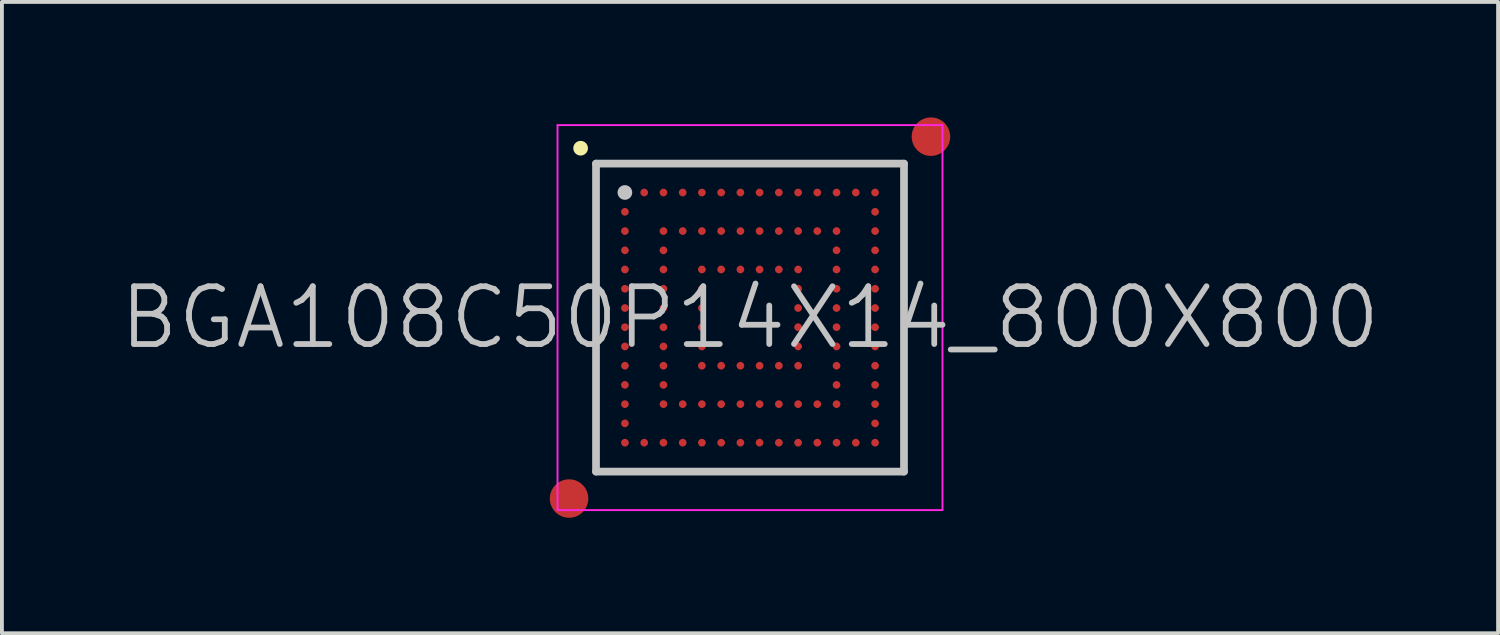
<source format=kicad_pcb>
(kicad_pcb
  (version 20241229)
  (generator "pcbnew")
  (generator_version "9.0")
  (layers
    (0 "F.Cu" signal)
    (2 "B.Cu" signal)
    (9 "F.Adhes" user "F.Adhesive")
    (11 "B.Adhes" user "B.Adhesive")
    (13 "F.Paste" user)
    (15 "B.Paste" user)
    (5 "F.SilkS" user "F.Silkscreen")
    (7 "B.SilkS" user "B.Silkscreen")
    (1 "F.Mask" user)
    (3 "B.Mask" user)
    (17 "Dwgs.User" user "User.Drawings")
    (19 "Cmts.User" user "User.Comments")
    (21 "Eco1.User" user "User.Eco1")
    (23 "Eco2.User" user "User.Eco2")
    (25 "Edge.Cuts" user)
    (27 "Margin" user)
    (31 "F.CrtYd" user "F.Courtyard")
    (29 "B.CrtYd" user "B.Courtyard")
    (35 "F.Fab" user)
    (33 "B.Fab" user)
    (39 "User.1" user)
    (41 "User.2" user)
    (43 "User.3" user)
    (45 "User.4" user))
  (footprint "BGA108C50P14X14_800X800"
    (layer "F.Cu")
    (at 16.432 5.2)
    (property "Reference" "BGA108C50P14X14_800X800" (at 0 0 0) (layer "Dwgs.User") (effects (font (size 1.5 1.5) (thickness 0.15))))
    (attr smd)
    (fp_line (start -4.4 -4.4) (end -4.4 -4.4) (stroke (width 0.381) (type solid)) (layer "F.SilkS"))
    (fp_line (start -4 -4) (end -4 4) (stroke (width 0.2) (type solid)) (layer "Dwgs.User"))
    (fp_line (start -4 -4) (end 4 -4) (stroke (width 0.2) (type solid)) (layer "Dwgs.User"))
    (fp_line (start -4 4) (end 4 4) (stroke (width 0.2) (type solid)) (layer "Dwgs.User"))
    (fp_line (start -3.25 -3.25) (end -3.25 -3.25) (stroke (width 0.381) (type solid)) (layer "Dwgs.User"))
    (fp_line (start 4 -4) (end 4 4) (stroke (width 0.2) (type solid)) (layer "Dwgs.User"))
    (fp_line (start -5 -5) (end -5 5) (stroke (width 0.05) (type solid)) (layer "F.CrtYd"))
    (fp_line (start -5 -5) (end 5 -5) (stroke (width 0.05) (type solid)) (layer "F.CrtYd"))
    (fp_line (start -5 5) (end 5 5) (stroke (width 0.05) (type solid)) (layer "F.CrtYd"))
    (fp_line (start 5 -5) (end 5 5) (stroke (width 0.05) (type solid)) (layer "F.CrtYd"))
    (pad "" smd circle (at -4.7 4.7) (size 1 1) (layers "F.Cu" "F.Mask"))
    (pad "" smd circle (at 4.7 -4.7) (size 1 1) (layers "F.Cu" "F.Mask"))
    (pad "A1" smd circle (at -3.249 -3.249 270) (size 0.2 0.2) (layers "F.Cu" "F.Mask" "F.Paste"))
    (pad "A2" smd circle (at -2.748 -3.249 270) (size 0.2 0.2) (layers "F.Cu" "F.Mask" "F.Paste"))
    (pad "A3" smd circle (at -2.248 -3.249 270) (size 0.2 0.2) (layers "F.Cu" "F.Mask" "F.Paste"))
    (pad "A4" smd circle (at -1.748 -3.249 270) (size 0.2 0.2) (layers "F.Cu" "F.Mask" "F.Paste"))
    (pad "A5" smd circle (at -1.25 -3.249 270) (size 0.2 0.2) (layers "F.Cu" "F.Mask" "F.Paste"))
    (pad "A6" smd circle (at -0.749 -3.249 270) (size 0.2 0.2) (layers "F.Cu" "F.Mask" "F.Paste"))
    (pad "A7" smd circle (at -0.249 -3.249 270) (size 0.2 0.2) (layers "F.Cu" "F.Mask" "F.Paste"))
    (pad "A8" smd circle (at 0.249 -3.249 270) (size 0.2 0.2) (layers "F.Cu" "F.Mask" "F.Paste"))
    (pad "A9" smd circle (at 0.749 -3.249 270) (size 0.2 0.2) (layers "F.Cu" "F.Mask" "F.Paste"))
    (pad "A10" smd circle (at 1.25 -3.249 270) (size 0.2 0.2) (layers "F.Cu" "F.Mask" "F.Paste"))
    (pad "A11" smd circle (at 1.748 -3.249 270) (size 0.2 0.2) (layers "F.Cu" "F.Mask" "F.Paste"))
    (pad "A12" smd circle (at 2.248 -3.249 270) (size 0.2 0.2) (layers "F.Cu" "F.Mask" "F.Paste"))
    (pad "A13" smd circle (at 2.748 -3.249 270) (size 0.2 0.2) (layers "F.Cu" "F.Mask" "F.Paste"))
    (pad "A14" smd circle (at 3.249 -3.249 270) (size 0.2 0.2) (layers "F.Cu" "F.Mask" "F.Paste"))
    (pad "B1" smd circle (at -3.249 -2.748 270) (size 0.2 0.2) (layers "F.Cu" "F.Mask" "F.Paste"))
    (pad "B14" smd circle (at 3.249 -2.748 270) (size 0.2 0.2) (layers "F.Cu" "F.Mask" "F.Paste"))
    (pad "C1" smd circle (at -3.249 -2.248 270) (size 0.2 0.2) (layers "F.Cu" "F.Mask" "F.Paste"))
    (pad "C3" smd circle (at -2.248 -2.248 270) (size 0.2 0.2) (layers "F.Cu" "F.Mask" "F.Paste"))
    (pad "C4" smd circle (at -1.748 -2.248 270) (size 0.2 0.2) (layers "F.Cu" "F.Mask" "F.Paste"))
    (pad "C5" smd circle (at -1.25 -2.248 270) (size 0.2 0.2) (layers "F.Cu" "F.Mask" "F.Paste"))
    (pad "C6" smd circle (at -0.749 -2.248 270) (size 0.2 0.2) (layers "F.Cu" "F.Mask" "F.Paste"))
    (pad "C7" smd circle (at -0.249 -2.248 270) (size 0.2 0.2) (layers "F.Cu" "F.Mask" "F.Paste"))
    (pad "C8" smd circle (at 0.249 -2.248 270) (size 0.2 0.2) (layers "F.Cu" "F.Mask" "F.Paste"))
    (pad "C9" smd circle (at 0.749 -2.248 270) (size 0.2 0.2) (layers "F.Cu" "F.Mask" "F.Paste"))
    (pad "C10" smd circle (at 1.25 -2.248 270) (size 0.2 0.2) (layers "F.Cu" "F.Mask" "F.Paste"))
    (pad "C11" smd circle (at 1.748 -2.248 270) (size 0.2 0.2) (layers "F.Cu" "F.Mask" "F.Paste"))
    (pad "C12" smd circle (at 2.248 -2.248 270) (size 0.2 0.2) (layers "F.Cu" "F.Mask" "F.Paste"))
    (pad "C14" smd circle (at 3.249 -2.248 270) (size 0.2 0.2) (layers "F.Cu" "F.Mask" "F.Paste"))
    (pad "D1" smd circle (at -3.249 -1.748 270) (size 0.2 0.2) (layers "F.Cu" "F.Mask" "F.Paste"))
    (pad "D3" smd circle (at -2.248 -1.748 270) (size 0.2 0.2) (layers "F.Cu" "F.Mask" "F.Paste"))
    (pad "D12" smd circle (at 2.248 -1.748 270) (size 0.2 0.2) (layers "F.Cu" "F.Mask" "F.Paste"))
    (pad "D14" smd circle (at 3.249 -1.748 270) (size 0.2 0.2) (layers "F.Cu" "F.Mask" "F.Paste"))
    (pad "E1" smd circle (at -3.249 -1.25 270) (size 0.2 0.2) (layers "F.Cu" "F.Mask" "F.Paste"))
    (pad "E3" smd circle (at -2.248 -1.25 270) (size 0.2 0.2) (layers "F.Cu" "F.Mask" "F.Paste"))
    (pad "E5" smd circle (at -1.25 -1.25 270) (size 0.2 0.2) (layers "F.Cu" "F.Mask" "F.Paste"))
    (pad "E6" smd circle (at -0.749 -1.25 270) (size 0.2 0.2) (layers "F.Cu" "F.Mask" "F.Paste"))
    (pad "E7" smd circle (at -0.249 -1.25 270) (size 0.2 0.2) (layers "F.Cu" "F.Mask" "F.Paste"))
    (pad "E8" smd circle (at 0.249 -1.25 270) (size 0.2 0.2) (layers "F.Cu" "F.Mask" "F.Paste"))
    (pad "E9" smd circle (at 0.749 -1.25 270) (size 0.2 0.2) (layers "F.Cu" "F.Mask" "F.Paste"))
    (pad "E10" smd circle (at 1.25 -1.25 270) (size 0.2 0.2) (layers "F.Cu" "F.Mask" "F.Paste"))
    (pad "E12" smd circle (at 2.248 -1.25 270) (size 0.2 0.2) (layers "F.Cu" "F.Mask" "F.Paste"))
    (pad "E14" smd circle (at 3.249 -1.25 270) (size 0.2 0.2) (layers "F.Cu" "F.Mask" "F.Paste"))
    (pad "F1" smd circle (at -3.249 -0.749 270) (size 0.2 0.2) (layers "F.Cu" "F.Mask" "F.Paste"))
    (pad "F3" smd circle (at -2.248 -0.749 270) (size 0.2 0.2) (layers "F.Cu" "F.Mask" "F.Paste"))
    (pad "F5" smd circle (at -1.25 -0.749 270) (size 0.2 0.2) (layers "F.Cu" "F.Mask" "F.Paste"))
    (pad "F10" smd circle (at 1.25 -0.749 270) (size 0.2 0.2) (layers "F.Cu" "F.Mask" "F.Paste"))
    (pad "F12" smd circle (at 2.248 -0.749 270) (size 0.2 0.2) (layers "F.Cu" "F.Mask" "F.Paste"))
    (pad "F14" smd circle (at 3.249 -0.749 270) (size 0.2 0.2) (layers "F.Cu" "F.Mask" "F.Paste"))
    (pad "G1" smd circle (at -3.249 -0.249 270) (size 0.2 0.2) (layers "F.Cu" "F.Mask" "F.Paste"))
    (pad "G3" smd circle (at -2.248 -0.249 270) (size 0.2 0.2) (layers "F.Cu" "F.Mask" "F.Paste"))
    (pad "G5" smd circle (at -1.25 -0.249 270) (size 0.2 0.2) (layers "F.Cu" "F.Mask" "F.Paste"))
    (pad "G10" smd circle (at 1.25 -0.249 270) (size 0.2 0.2) (layers "F.Cu" "F.Mask" "F.Paste"))
    (pad "G12" smd circle (at 2.248 -0.249 270) (size 0.2 0.2) (layers "F.Cu" "F.Mask" "F.Paste"))
    (pad "G14" smd circle (at 3.249 -0.249 270) (size 0.2 0.2) (layers "F.Cu" "F.Mask" "F.Paste"))
    (pad "H1" smd circle (at -3.249 0.249 270) (size 0.2 0.2) (layers "F.Cu" "F.Mask" "F.Paste"))
    (pad "H3" smd circle (at -2.248 0.249 270) (size 0.2 0.2) (layers "F.Cu" "F.Mask" "F.Paste"))
    (pad "H5" smd circle (at -1.25 0.249 270) (size 0.2 0.2) (layers "F.Cu" "F.Mask" "F.Paste"))
    (pad "H10" smd circle (at 1.25 0.249 270) (size 0.2 0.2) (layers "F.Cu" "F.Mask" "F.Paste"))
    (pad "H12" smd circle (at 2.248 0.249 270) (size 0.2 0.2) (layers "F.Cu" "F.Mask" "F.Paste"))
    (pad "H14" smd circle (at 3.249 0.249 270) (size 0.2 0.2) (layers "F.Cu" "F.Mask" "F.Paste"))
    (pad "J1" smd circle (at -3.249 0.749 270) (size 0.2 0.2) (layers "F.Cu" "F.Mask" "F.Paste"))
    (pad "J3" smd circle (at -2.248 0.749 270) (size 0.2 0.2) (layers "F.Cu" "F.Mask" "F.Paste"))
    (pad "J5" smd circle (at -1.25 0.749 270) (size 0.2 0.2) (layers "F.Cu" "F.Mask" "F.Paste"))
    (pad "J10" smd circle (at 1.25 0.749 270) (size 0.2 0.2) (layers "F.Cu" "F.Mask" "F.Paste"))
    (pad "J12" smd circle (at 2.248 0.749 270) (size 0.2 0.2) (layers "F.Cu" "F.Mask" "F.Paste"))
    (pad "J14" smd circle (at 3.249 0.749 270) (size 0.2 0.2) (layers "F.Cu" "F.Mask" "F.Paste"))
    (pad "K1" smd circle (at -3.249 1.25 270) (size 0.2 0.2) (layers "F.Cu" "F.Mask" "F.Paste"))
    (pad "K3" smd circle (at -2.248 1.25 270) (size 0.2 0.2) (layers "F.Cu" "F.Mask" "F.Paste"))
    (pad "K5" smd circle (at -1.25 1.25 270) (size 0.2 0.2) (layers "F.Cu" "F.Mask" "F.Paste"))
    (pad "K6" smd circle (at -0.749 1.25 270) (size 0.2 0.2) (layers "F.Cu" "F.Mask" "F.Paste"))
    (pad "K7" smd circle (at -0.249 1.25 270) (size 0.2 0.2) (layers "F.Cu" "F.Mask" "F.Paste"))
    (pad "K8" smd circle (at 0.249 1.25 270) (size 0.2 0.2) (layers "F.Cu" "F.Mask" "F.Paste"))
    (pad "K9" smd circle (at 0.749 1.25 270) (size 0.2 0.2) (layers "F.Cu" "F.Mask" "F.Paste"))
    (pad "K10" smd circle (at 1.25 1.25 270) (size 0.2 0.2) (layers "F.Cu" "F.Mask" "F.Paste"))
    (pad "K12" smd circle (at 2.248 1.25 270) (size 0.2 0.2) (layers "F.Cu" "F.Mask" "F.Paste"))
    (pad "K14" smd circle (at 3.249 1.25 270) (size 0.2 0.2) (layers "F.Cu" "F.Mask" "F.Paste"))
    (pad "L1" smd circle (at -3.249 1.748 270) (size 0.2 0.2) (layers "F.Cu" "F.Mask" "F.Paste"))
    (pad "L3" smd circle (at -2.248 1.748 270) (size 0.2 0.2) (layers "F.Cu" "F.Mask" "F.Paste"))
    (pad "L12" smd circle (at 2.248 1.748 270) (size 0.2 0.2) (layers "F.Cu" "F.Mask" "F.Paste"))
    (pad "L14" smd circle (at 3.249 1.748 270) (size 0.2 0.2) (layers "F.Cu" "F.Mask" "F.Paste"))
    (pad "M1" smd circle (at -3.249 2.248 270) (size 0.2 0.2) (layers "F.Cu" "F.Mask" "F.Paste"))
    (pad "M3" smd circle (at -2.248 2.248 270) (size 0.2 0.2) (layers "F.Cu" "F.Mask" "F.Paste"))
    (pad "M4" smd circle (at -1.748 2.248 270) (size 0.2 0.2) (layers "F.Cu" "F.Mask" "F.Paste"))
    (pad "M5" smd circle (at -1.25 2.248 270) (size 0.2 0.2) (layers "F.Cu" "F.Mask" "F.Paste"))
    (pad "M6" smd circle (at -0.749 2.248 270) (size 0.2 0.2) (layers "F.Cu" "F.Mask" "F.Paste"))
    (pad "M7" smd circle (at -0.249 2.248 270) (size 0.2 0.2) (layers "F.Cu" "F.Mask" "F.Paste"))
    (pad "M8" smd circle (at 0.249 2.248 270) (size 0.2 0.2) (layers "F.Cu" "F.Mask" "F.Paste"))
    (pad "M9" smd circle (at 0.749 2.248 270) (size 0.2 0.2) (layers "F.Cu" "F.Mask" "F.Paste"))
    (pad "M10" smd circle (at 1.25 2.248 270) (size 0.2 0.2) (layers "F.Cu" "F.Mask" "F.Paste"))
    (pad "M11" smd circle (at 1.748 2.248 270) (size 0.2 0.2) (layers "F.Cu" "F.Mask" "F.Paste"))
    (pad "M12" smd circle (at 2.248 2.248 270) (size 0.2 0.2) (layers "F.Cu" "F.Mask" "F.Paste"))
    (pad "M14" smd circle (at 3.249 2.248 270) (size 0.2 0.2) (layers "F.Cu" "F.Mask" "F.Paste"))
    (pad "N1" smd circle (at -3.249 2.748 270) (size 0.2 0.2) (layers "F.Cu" "F.Mask" "F.Paste"))
    (pad "N14" smd circle (at 3.249 2.748 270) (size 0.2 0.2) (layers "F.Cu" "F.Mask" "F.Paste"))
    (pad "P1" smd circle (at -3.249 3.249 270) (size 0.2 0.2) (layers "F.Cu" "F.Mask" "F.Paste"))
    (pad "P2" smd circle (at -2.748 3.249 270) (size 0.2 0.2) (layers "F.Cu" "F.Mask" "F.Paste"))
    (pad "P3" smd circle (at -2.248 3.249 270) (size 0.2 0.2) (layers "F.Cu" "F.Mask" "F.Paste"))
    (pad "P4" smd circle (at -1.748 3.249 270) (size 0.2 0.2) (layers "F.Cu" "F.Mask" "F.Paste"))
    (pad "P5" smd circle (at -1.25 3.249 270) (size 0.2 0.2) (layers "F.Cu" "F.Mask" "F.Paste"))
    (pad "P6" smd circle (at -0.749 3.249 270) (size 0.2 0.2) (layers "F.Cu" "F.Mask" "F.Paste"))
    (pad "P7" smd circle (at -0.249 3.249 270) (size 0.2 0.2) (layers "F.Cu" "F.Mask" "F.Paste"))
    (pad "P8" smd circle (at 0.249 3.249 270) (size 0.2 0.2) (layers "F.Cu" "F.Mask" "F.Paste"))
    (pad "P9" smd circle (at 0.749 3.249 270) (size 0.2 0.2) (layers "F.Cu" "F.Mask" "F.Paste"))
    (pad "P10" smd circle (at 1.25 3.249 270) (size 0.2 0.2) (layers "F.Cu" "F.Mask" "F.Paste"))
    (pad "P11" smd circle (at 1.748 3.249 270) (size 0.2 0.2) (layers "F.Cu" "F.Mask" "F.Paste"))
    (pad "P12" smd circle (at 2.248 3.249 270) (size 0.2 0.2) (layers "F.Cu" "F.Mask" "F.Paste"))
    (pad "P13" smd circle (at 2.748 3.249 270) (size 0.2 0.2) (layers "F.Cu" "F.Mask" "F.Paste"))
    (pad "P14" smd circle (at 3.249 3.249 270) (size 0.2 0.2) (layers "F.Cu" "F.Mask" "F.Paste")))
  (gr_rect
    (start -3 -3)
    (end 35.864 13.4)
    (stroke (width 0.1) (type default))
    (fill no)
    (layer "Edge.Cuts")))
</source>
